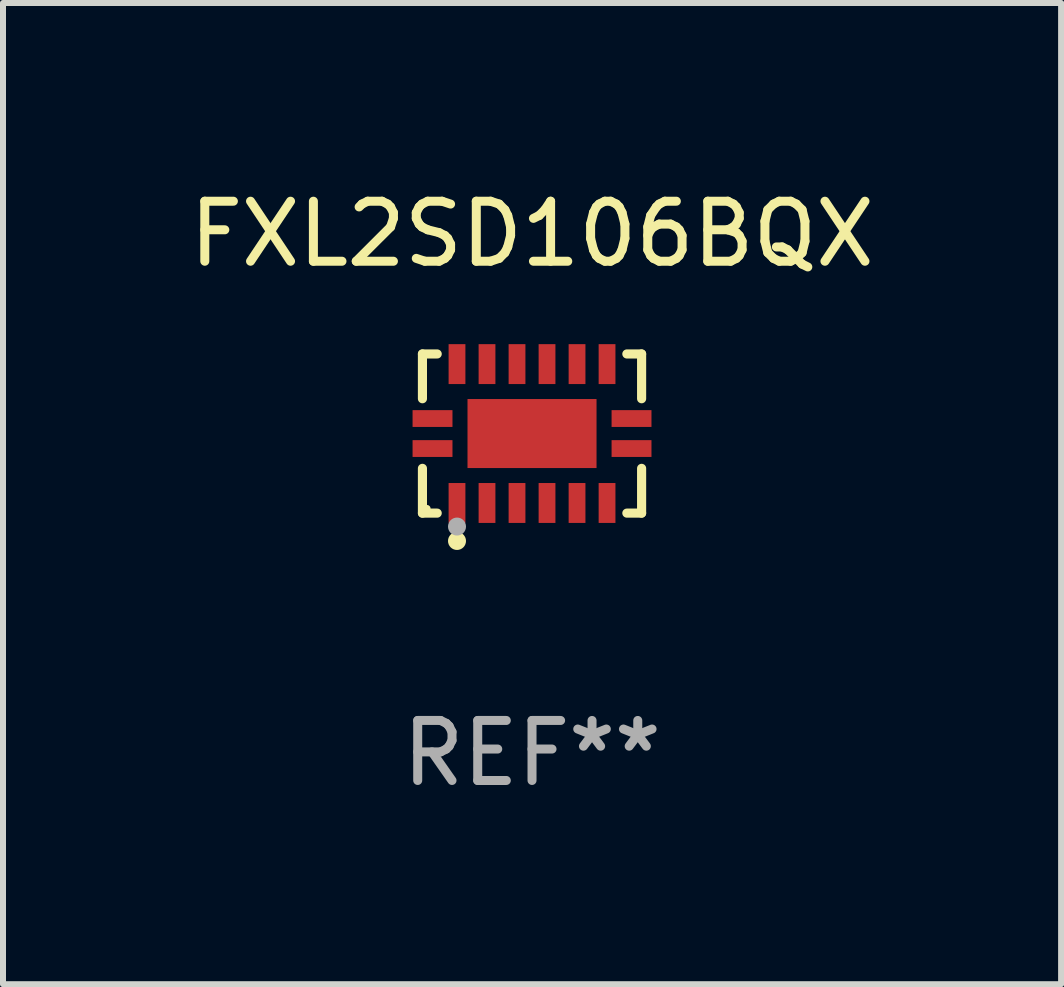
<source format=kicad_pcb>
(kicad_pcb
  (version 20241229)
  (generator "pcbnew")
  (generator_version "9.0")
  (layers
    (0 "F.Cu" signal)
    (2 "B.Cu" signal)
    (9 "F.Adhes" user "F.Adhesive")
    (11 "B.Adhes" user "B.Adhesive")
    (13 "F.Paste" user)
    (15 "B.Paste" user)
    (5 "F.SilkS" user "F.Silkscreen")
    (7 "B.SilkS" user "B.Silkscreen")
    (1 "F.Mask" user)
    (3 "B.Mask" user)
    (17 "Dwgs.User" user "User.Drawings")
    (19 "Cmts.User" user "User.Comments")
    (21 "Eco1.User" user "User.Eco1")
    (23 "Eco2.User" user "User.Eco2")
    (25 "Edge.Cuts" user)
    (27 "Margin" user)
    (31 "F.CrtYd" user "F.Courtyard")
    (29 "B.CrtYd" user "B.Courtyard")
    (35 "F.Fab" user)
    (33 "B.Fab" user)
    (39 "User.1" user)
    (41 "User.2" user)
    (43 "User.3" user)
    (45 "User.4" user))
  (footprint "FXL2SD106BQX"
    (layer "F.Cu")
    (at 5.815 4.174)
    (property "Reference" "FXL2SD106BQX" (at 0 -3.326 0) (layer "F.SilkS") (effects (font (size 1 1) (thickness 0.15))))
    (attr through_hole)
    (fp_line (start -1.826 -1.326) (end -1.58 -1.326) (stroke (width 0.152) (type solid)) (layer "F.SilkS"))
    (fp_line (start -1.826 -0.58) (end -1.826 -1.326) (stroke (width 0.152) (type solid)) (layer "F.SilkS"))
    (fp_line (start -1.826 0.58) (end -1.826 1.326) (stroke (width 0.152) (type solid)) (layer "F.SilkS"))
    (fp_line (start -1.826 1.326) (end -1.58 1.326) (stroke (width 0.152) (type solid)) (layer "F.SilkS"))
    (fp_line (start 1.826 -1.326) (end 1.58 -1.326) (stroke (width 0.152) (type solid)) (layer "F.SilkS"))
    (fp_line (start 1.826 -0.58) (end 1.826 -1.326) (stroke (width 0.152) (type solid)) (layer "F.SilkS"))
    (fp_line (start 1.826 0.58) (end 1.826 1.326) (stroke (width 0.152) (type solid)) (layer "F.SilkS"))
    (fp_line (start 1.826 1.326) (end 1.58 1.326) (stroke (width 0.152) (type solid)) (layer "F.SilkS"))
    (fp_circle (center -1.75 1.25) (end -1.72 1.25) (stroke (width 0.06) (type solid)) (fill no) (layer "F.SilkS"))
    (fp_circle (center -1.25 1.79) (end -1.175 1.79) (stroke (width 0.15) (type solid)) (fill no) (layer "F.SilkS"))
    (fp_circle (center -1.25 1.55) (end -1.175 1.55) (stroke (width 0.15) (type solid)) (fill no) (layer "F.Fab"))
    (fp_text user "REF**" (at 0 5.326 0) (layer "F.Fab") (effects (font (size 1 1) (thickness 0.15))))
    (pad "1" smd rect (at -1.658 0.25) (size 0.665 0.28) (layers "F.Cu" "F.Mask" "F.Paste"))
    (pad "2" smd rect (at -1.25 1.157) (size 0.28 0.665) (layers "F.Cu" "F.Mask" "F.Paste"))
    (pad "3" smd rect (at -0.75 1.157) (size 0.28 0.665) (layers "F.Cu" "F.Mask" "F.Paste"))
    (pad "4" smd rect (at -0.25 1.157) (size 0.28 0.665) (layers "F.Cu" "F.Mask" "F.Paste"))
    (pad "5" smd rect (at 0.25 1.157) (size 0.28 0.665) (layers "F.Cu" "F.Mask" "F.Paste"))
    (pad "6" smd rect (at 0.75 1.157) (size 0.28 0.665) (layers "F.Cu" "F.Mask" "F.Paste"))
    (pad "7" smd rect (at 1.25 1.157) (size 0.28 0.665) (layers "F.Cu" "F.Mask" "F.Paste"))
    (pad "8" smd rect (at 1.658 0.25) (size 0.665 0.28) (layers "F.Cu" "F.Mask" "F.Paste"))
    (pad "9" smd rect (at 1.658 -0.25) (size 0.665 0.28) (layers "F.Cu" "F.Mask" "F.Paste"))
    (pad "10" smd rect (at 1.25 -1.157) (size 0.28 0.665) (layers "F.Cu" "F.Mask" "F.Paste"))
    (pad "11" smd rect (at 0.75 -1.157) (size 0.28 0.665) (layers "F.Cu" "F.Mask" "F.Paste"))
    (pad "12" smd rect (at 0.25 -1.157) (size 0.28 0.665) (layers "F.Cu" "F.Mask" "F.Paste"))
    (pad "13" smd rect (at -0.25 -1.157) (size 0.28 0.665) (layers "F.Cu" "F.Mask" "F.Paste"))
    (pad "14" smd rect (at -0.75 -1.157) (size 0.28 0.665) (layers "F.Cu" "F.Mask" "F.Paste"))
    (pad "15" smd rect (at -1.25 -1.157) (size 0.28 0.665) (layers "F.Cu" "F.Mask" "F.Paste"))
    (pad "16" smd rect (at -1.658 -0.25) (size 0.665 0.28) (layers "F.Cu" "F.Mask" "F.Paste"))
    (pad "17" smd rect (at 0 0) (size 2.15 1.15) (layers "F.Cu" "F.Mask" "F.Paste")))
  (gr_rect
    (start -3 -3)
    (end 14.631 13.349)
    (stroke (width 0.1) (type default))
    (fill no)
    (layer "Edge.Cuts")))
</source>
